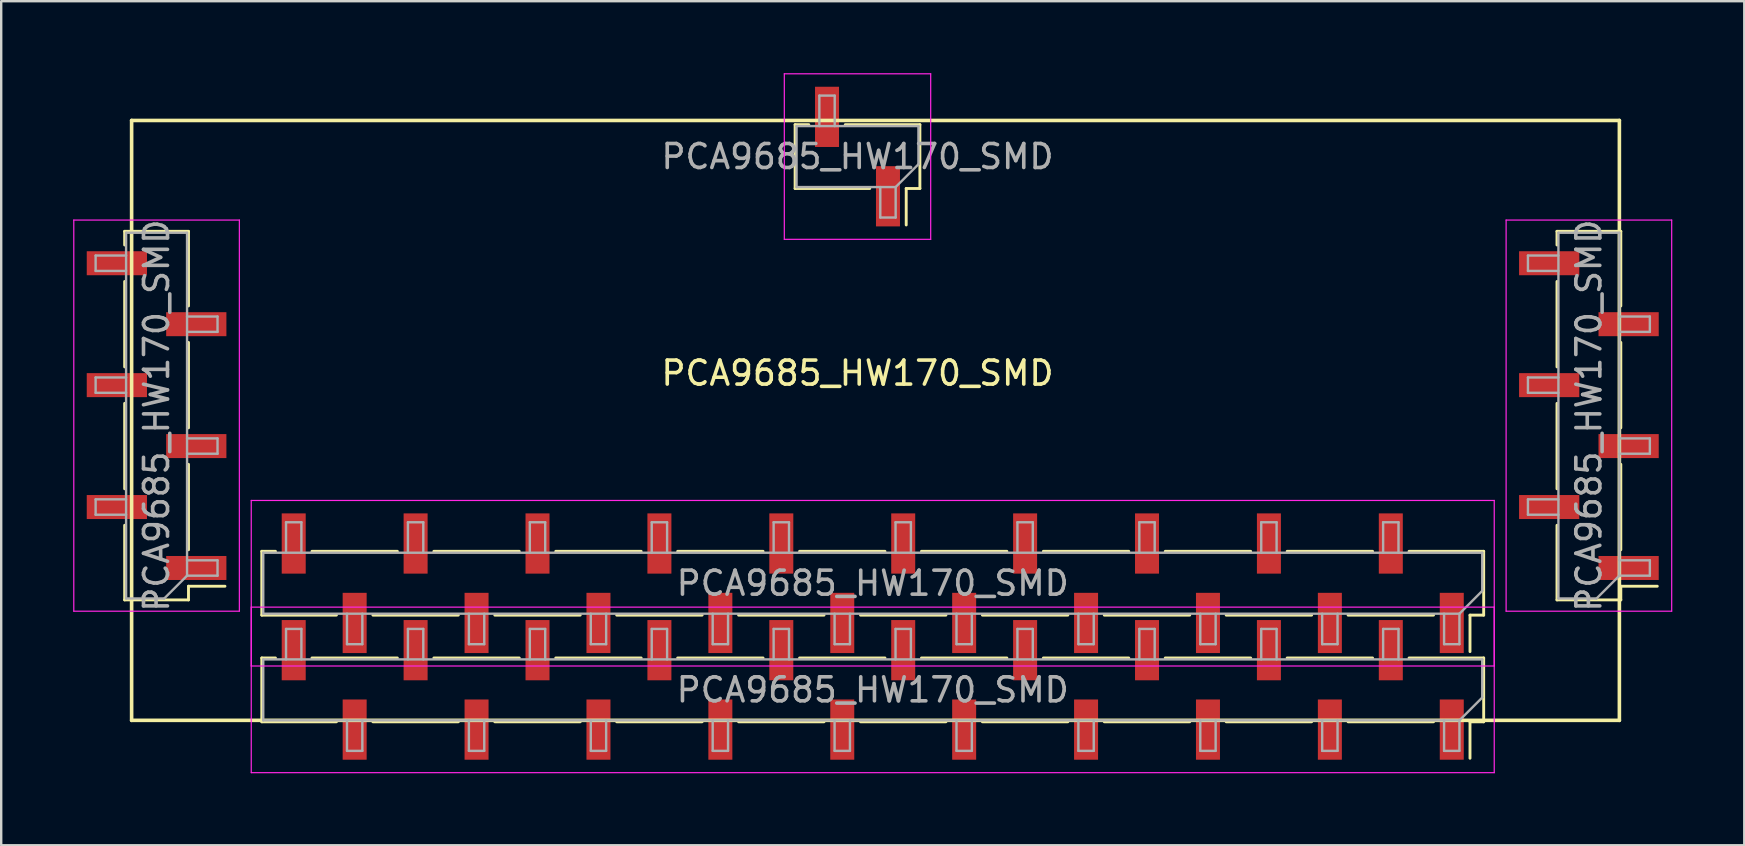
<source format=kicad_pcb>
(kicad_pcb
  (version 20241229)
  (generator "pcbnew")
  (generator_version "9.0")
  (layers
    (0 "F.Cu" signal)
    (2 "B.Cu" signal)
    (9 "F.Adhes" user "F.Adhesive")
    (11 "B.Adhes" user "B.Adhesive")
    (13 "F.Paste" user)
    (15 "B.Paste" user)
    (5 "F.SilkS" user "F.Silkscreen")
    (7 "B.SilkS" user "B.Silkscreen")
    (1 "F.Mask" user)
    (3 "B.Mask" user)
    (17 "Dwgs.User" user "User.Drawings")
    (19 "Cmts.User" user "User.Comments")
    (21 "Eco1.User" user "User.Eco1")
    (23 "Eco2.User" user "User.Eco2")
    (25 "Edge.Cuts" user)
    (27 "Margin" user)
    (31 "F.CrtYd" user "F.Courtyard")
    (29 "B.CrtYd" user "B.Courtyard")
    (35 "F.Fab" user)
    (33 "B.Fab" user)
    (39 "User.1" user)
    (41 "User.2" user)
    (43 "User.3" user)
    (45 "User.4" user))
  (footprint "PCA9685_HW170_SMD"
    (layer "F.Cu")
    (at 32.95 13.338)
    (property "Reference" "PCA9685_HW170_SMD" (at -0.265 -0.838 180) (layer "F.SilkS") (effects (font (size 1 1) (thickness 0.15))))
    (attr through_hole)
    (fp_line (start -30.805 -6.178) (end -30.805 -6.748) (stroke (width 0.12) (type solid)) (layer "F.SilkS"))
    (fp_line (start -30.805 -1.098) (end -30.805 -4.658) (stroke (width 0.12) (type solid)) (layer "F.SilkS"))
    (fp_line (start -30.805 3.982) (end -30.805 0.422) (stroke (width 0.12) (type solid)) (layer "F.SilkS"))
    (fp_line (start -30.805 8.612) (end -30.805 5.502) (stroke (width 0.12) (type solid)) (layer "F.SilkS"))
    (fp_line (start -30.515 13.632) (end -30.515 -11.368) (stroke (width 0.15) (type solid)) (layer "F.SilkS"))
    (fp_line (start -28.145 -6.748) (end -30.805 -6.748) (stroke (width 0.12) (type solid)) (layer "F.SilkS"))
    (fp_line (start -28.145 -3.638) (end -28.145 -6.748) (stroke (width 0.12) (type solid)) (layer "F.SilkS"))
    (fp_line (start -28.145 1.442) (end -28.145 -2.118) (stroke (width 0.12) (type solid)) (layer "F.SilkS"))
    (fp_line (start -28.145 6.522) (end -28.145 2.962) (stroke (width 0.12) (type solid)) (layer "F.SilkS"))
    (fp_line (start -28.145 8.042) (end -26.625 8.042) (stroke (width 0.12) (type solid)) (layer "F.SilkS"))
    (fp_line (start -28.145 8.612) (end -30.805 8.612) (stroke (width 0.12) (type solid)) (layer "F.SilkS"))
    (fp_line (start -28.145 8.612) (end -28.145 8.042) (stroke (width 0.12) (type solid)) (layer "F.SilkS"))
    (fp_line (start -25.09 6.587) (end -25.09 9.247) (stroke (width 0.12) (type solid)) (layer "F.SilkS"))
    (fp_line (start -25.09 11.032) (end -25.09 13.692) (stroke (width 0.12) (type solid)) (layer "F.SilkS"))
    (fp_line (start -24.52 6.587) (end -25.09 6.587) (stroke (width 0.12) (type solid)) (layer "F.SilkS"))
    (fp_line (start -24.52 11.032) (end -25.09 11.032) (stroke (width 0.12) (type solid)) (layer "F.SilkS"))
    (fp_line (start -21.98 9.247) (end -25.09 9.247) (stroke (width 0.12) (type solid)) (layer "F.SilkS"))
    (fp_line (start -21.98 13.692) (end -25.09 13.692) (stroke (width 0.12) (type solid)) (layer "F.SilkS"))
    (fp_line (start -19.44 6.587) (end -23 6.587) (stroke (width 0.12) (type solid)) (layer "F.SilkS"))
    (fp_line (start -19.44 11.032) (end -23 11.032) (stroke (width 0.12) (type solid)) (layer "F.SilkS"))
    (fp_line (start -16.9 9.247) (end -20.46 9.247) (stroke (width 0.12) (type solid)) (layer "F.SilkS"))
    (fp_line (start -16.9 13.692) (end -20.46 13.692) (stroke (width 0.12) (type solid)) (layer "F.SilkS"))
    (fp_line (start -14.36 6.587) (end -17.92 6.587) (stroke (width 0.12) (type solid)) (layer "F.SilkS"))
    (fp_line (start -14.36 11.032) (end -17.92 11.032) (stroke (width 0.12) (type solid)) (layer "F.SilkS"))
    (fp_line (start -11.82 9.247) (end -15.38 9.247) (stroke (width 0.12) (type solid)) (layer "F.SilkS"))
    (fp_line (start -11.82 13.692) (end -15.38 13.692) (stroke (width 0.12) (type solid)) (layer "F.SilkS"))
    (fp_line (start -9.28 6.587) (end -12.84 6.587) (stroke (width 0.12) (type solid)) (layer "F.SilkS"))
    (fp_line (start -9.28 11.032) (end -12.84 11.032) (stroke (width 0.12) (type solid)) (layer "F.SilkS"))
    (fp_line (start -6.74 9.247) (end -10.3 9.247) (stroke (width 0.12) (type solid)) (layer "F.SilkS"))
    (fp_line (start -6.74 13.692) (end -10.3 13.692) (stroke (width 0.12) (type solid)) (layer "F.SilkS"))
    (fp_line (start -4.2 6.587) (end -7.76 6.587) (stroke (width 0.12) (type solid)) (layer "F.SilkS"))
    (fp_line (start -4.2 11.032) (end -7.76 11.032) (stroke (width 0.12) (type solid)) (layer "F.SilkS"))
    (fp_line (start -2.865 -11.193) (end -2.865 -8.533) (stroke (width 0.12) (type solid)) (layer "F.SilkS"))
    (fp_line (start -2.295 -11.193) (end -2.865 -11.193) (stroke (width 0.12) (type solid)) (layer "F.SilkS"))
    (fp_line (start -1.66 9.247) (end -5.22 9.247) (stroke (width 0.12) (type solid)) (layer "F.SilkS"))
    (fp_line (start -1.66 13.692) (end -5.22 13.692) (stroke (width 0.12) (type solid)) (layer "F.SilkS"))
    (fp_line (start 0.245 -8.533) (end -2.865 -8.533) (stroke (width 0.12) (type solid)) (layer "F.SilkS"))
    (fp_line (start 0.88 6.587) (end -2.68 6.587) (stroke (width 0.12) (type solid)) (layer "F.SilkS"))
    (fp_line (start 0.88 11.032) (end -2.68 11.032) (stroke (width 0.12) (type solid)) (layer "F.SilkS"))
    (fp_line (start 1.765 -8.533) (end 1.765 -7.013) (stroke (width 0.12) (type solid)) (layer "F.SilkS"))
    (fp_line (start 2.335 -11.193) (end -0.775 -11.193) (stroke (width 0.12) (type solid)) (layer "F.SilkS"))
    (fp_line (start 2.335 -11.193) (end 2.335 -8.533) (stroke (width 0.12) (type solid)) (layer "F.SilkS"))
    (fp_line (start 2.335 -8.533) (end 1.765 -8.533) (stroke (width 0.12) (type solid)) (layer "F.SilkS"))
    (fp_line (start 3.42 9.247) (end -0.14 9.247) (stroke (width 0.12) (type solid)) (layer "F.SilkS"))
    (fp_line (start 3.42 13.692) (end -0.14 13.692) (stroke (width 0.12) (type solid)) (layer "F.SilkS"))
    (fp_line (start 5.96 6.587) (end 2.4 6.587) (stroke (width 0.12) (type solid)) (layer "F.SilkS"))
    (fp_line (start 5.96 11.032) (end 2.4 11.032) (stroke (width 0.12) (type solid)) (layer "F.SilkS"))
    (fp_line (start 8.5 9.247) (end 4.94 9.247) (stroke (width 0.12) (type solid)) (layer "F.SilkS"))
    (fp_line (start 8.5 13.692) (end 4.94 13.692) (stroke (width 0.12) (type solid)) (layer "F.SilkS"))
    (fp_line (start 11.04 6.587) (end 7.48 6.587) (stroke (width 0.12) (type solid)) (layer "F.SilkS"))
    (fp_line (start 11.04 11.032) (end 7.48 11.032) (stroke (width 0.12) (type solid)) (layer "F.SilkS"))
    (fp_line (start 13.58 9.247) (end 10.02 9.247) (stroke (width 0.12) (type solid)) (layer "F.SilkS"))
    (fp_line (start 13.58 13.692) (end 10.02 13.692) (stroke (width 0.12) (type solid)) (layer "F.SilkS"))
    (fp_line (start 16.12 6.587) (end 12.56 6.587) (stroke (width 0.12) (type solid)) (layer "F.SilkS"))
    (fp_line (start 16.12 11.032) (end 12.56 11.032) (stroke (width 0.12) (type solid)) (layer "F.SilkS"))
    (fp_line (start 18.66 9.247) (end 15.1 9.247) (stroke (width 0.12) (type solid)) (layer "F.SilkS"))
    (fp_line (start 18.66 13.692) (end 15.1 13.692) (stroke (width 0.12) (type solid)) (layer "F.SilkS"))
    (fp_line (start 21.2 6.587) (end 17.64 6.587) (stroke (width 0.12) (type solid)) (layer "F.SilkS"))
    (fp_line (start 21.2 11.032) (end 17.64 11.032) (stroke (width 0.12) (type solid)) (layer "F.SilkS"))
    (fp_line (start 23.74 9.247) (end 20.18 9.247) (stroke (width 0.12) (type solid)) (layer "F.SilkS"))
    (fp_line (start 23.74 13.692) (end 20.18 13.692) (stroke (width 0.12) (type solid)) (layer "F.SilkS"))
    (fp_line (start 25.26 9.247) (end 25.26 10.767) (stroke (width 0.12) (type solid)) (layer "F.SilkS"))
    (fp_line (start 25.26 13.692) (end 25.26 15.212) (stroke (width 0.12) (type solid)) (layer "F.SilkS"))
    (fp_line (start 25.83 6.587) (end 22.72 6.587) (stroke (width 0.12) (type solid)) (layer "F.SilkS"))
    (fp_line (start 25.83 6.587) (end 25.83 9.247) (stroke (width 0.12) (type solid)) (layer "F.SilkS"))
    (fp_line (start 25.83 9.247) (end 25.26 9.247) (stroke (width 0.12) (type solid)) (layer "F.SilkS"))
    (fp_line (start 25.83 11.032) (end 22.72 11.032) (stroke (width 0.12) (type solid)) (layer "F.SilkS"))
    (fp_line (start 25.83 11.032) (end 25.83 13.692) (stroke (width 0.12) (type solid)) (layer "F.SilkS"))
    (fp_line (start 25.83 13.692) (end 25.26 13.692) (stroke (width 0.12) (type solid)) (layer "F.SilkS"))
    (fp_line (start 28.885 -6.178) (end 28.885 -6.748) (stroke (width 0.12) (type solid)) (layer "F.SilkS"))
    (fp_line (start 28.885 -1.098) (end 28.885 -4.658) (stroke (width 0.12) (type solid)) (layer "F.SilkS"))
    (fp_line (start 28.885 3.982) (end 28.885 0.422) (stroke (width 0.12) (type solid)) (layer "F.SilkS"))
    (fp_line (start 28.885 8.612) (end 28.885 5.502) (stroke (width 0.12) (type solid)) (layer "F.SilkS"))
    (fp_line (start 31.485 -11.368) (end -30.515 -11.368) (stroke (width 0.15) (type solid)) (layer "F.SilkS"))
    (fp_line (start 31.485 13.632) (end -30.515 13.632) (stroke (width 0.15) (type solid)) (layer "F.SilkS"))
    (fp_line (start 31.485 13.632) (end 31.485 -11.368) (stroke (width 0.15) (type solid)) (layer "F.SilkS"))
    (fp_line (start 31.545 -6.748) (end 28.885 -6.748) (stroke (width 0.12) (type solid)) (layer "F.SilkS"))
    (fp_line (start 31.545 -3.638) (end 31.545 -6.748) (stroke (width 0.12) (type solid)) (layer "F.SilkS"))
    (fp_line (start 31.545 1.442) (end 31.545 -2.118) (stroke (width 0.12) (type solid)) (layer "F.SilkS"))
    (fp_line (start 31.545 6.522) (end 31.545 2.962) (stroke (width 0.12) (type solid)) (layer "F.SilkS"))
    (fp_line (start 31.545 8.042) (end 33.065 8.042) (stroke (width 0.12) (type solid)) (layer "F.SilkS"))
    (fp_line (start 31.545 8.612) (end 28.885 8.612) (stroke (width 0.12) (type solid)) (layer "F.SilkS"))
    (fp_line (start 31.545 8.612) (end 31.545 8.042) (stroke (width 0.12) (type solid)) (layer "F.SilkS"))
    (fp_line (start -32.925 -7.218) (end -32.925 9.082) (stroke (width 0.05) (type solid)) (layer "F.CrtYd"))
    (fp_line (start -32.925 9.082) (end -26.025 9.082) (stroke (width 0.05) (type solid)) (layer "F.CrtYd"))
    (fp_line (start -26.025 -7.218) (end -32.925 -7.218) (stroke (width 0.05) (type solid)) (layer "F.CrtYd"))
    (fp_line (start -26.025 9.082) (end -26.025 -7.218) (stroke (width 0.05) (type solid)) (layer "F.CrtYd"))
    (fp_line (start -25.53 4.467) (end -25.53 11.367) (stroke (width 0.05) (type solid)) (layer "F.CrtYd"))
    (fp_line (start -25.53 8.912) (end -25.53 15.812) (stroke (width 0.05) (type solid)) (layer "F.CrtYd"))
    (fp_line (start -25.53 11.367) (end 26.27 11.367) (stroke (width 0.05) (type solid)) (layer "F.CrtYd"))
    (fp_line (start -25.53 15.812) (end 26.27 15.812) (stroke (width 0.05) (type solid)) (layer "F.CrtYd"))
    (fp_line (start -3.315 -13.313) (end -3.315 -6.413) (stroke (width 0.05) (type solid)) (layer "F.CrtYd"))
    (fp_line (start -3.315 -6.413) (end 2.785 -6.413) (stroke (width 0.05) (type solid)) (layer "F.CrtYd"))
    (fp_line (start 2.785 -13.313) (end -3.315 -13.313) (stroke (width 0.05) (type solid)) (layer "F.CrtYd"))
    (fp_line (start 2.785 -6.413) (end 2.785 -13.313) (stroke (width 0.05) (type solid)) (layer "F.CrtYd"))
    (fp_line (start 26.27 4.467) (end -25.53 4.467) (stroke (width 0.05) (type solid)) (layer "F.CrtYd"))
    (fp_line (start 26.27 8.912) (end -25.53 8.912) (stroke (width 0.05) (type solid)) (layer "F.CrtYd"))
    (fp_line (start 26.27 11.367) (end 26.27 4.467) (stroke (width 0.05) (type solid)) (layer "F.CrtYd"))
    (fp_line (start 26.27 15.812) (end 26.27 8.912) (stroke (width 0.05) (type solid)) (layer "F.CrtYd"))
    (fp_line (start 26.765 -7.218) (end 26.765 9.082) (stroke (width 0.05) (type solid)) (layer "F.CrtYd"))
    (fp_line (start 26.765 9.082) (end 33.665 9.082) (stroke (width 0.05) (type solid)) (layer "F.CrtYd"))
    (fp_line (start 33.665 -7.218) (end 26.765 -7.218) (stroke (width 0.05) (type solid)) (layer "F.CrtYd"))
    (fp_line (start 33.665 9.082) (end 33.665 -7.218) (stroke (width 0.05) (type solid)) (layer "F.CrtYd"))
    (fp_line (start -32.015 -5.738) (end -30.745 -5.738) (stroke (width 0.1) (type solid)) (layer "F.Fab"))
    (fp_line (start -32.015 -5.098) (end -32.015 -5.738) (stroke (width 0.1) (type solid)) (layer "F.Fab"))
    (fp_line (start -32.015 -0.658) (end -30.745 -0.658) (stroke (width 0.1) (type solid)) (layer "F.Fab"))
    (fp_line (start -32.015 -0.018) (end -32.015 -0.658) (stroke (width 0.1) (type solid)) (layer "F.Fab"))
    (fp_line (start -32.015 4.422) (end -30.745 4.422) (stroke (width 0.1) (type solid)) (layer "F.Fab"))
    (fp_line (start -32.015 5.062) (end -32.015 4.422) (stroke (width 0.1) (type solid)) (layer "F.Fab"))
    (fp_line (start -30.745 -6.688) (end -28.205 -6.688) (stroke (width 0.1) (type solid)) (layer "F.Fab"))
    (fp_line (start -30.745 -5.098) (end -32.015 -5.098) (stroke (width 0.1) (type solid)) (layer "F.Fab"))
    (fp_line (start -30.745 -0.018) (end -32.015 -0.018) (stroke (width 0.1) (type solid)) (layer "F.Fab"))
    (fp_line (start -30.745 5.062) (end -32.015 5.062) (stroke (width 0.1) (type solid)) (layer "F.Fab"))
    (fp_line (start -30.745 8.552) (end -30.745 -6.688) (stroke (width 0.1) (type solid)) (layer "F.Fab"))
    (fp_line (start -29.155 8.552) (end -30.745 8.552) (stroke (width 0.1) (type solid)) (layer "F.Fab"))
    (fp_line (start -28.205 -6.688) (end -28.205 7.602) (stroke (width 0.1) (type solid)) (layer "F.Fab"))
    (fp_line (start -28.205 -2.558) (end -26.935 -2.558) (stroke (width 0.1) (type solid)) (layer "F.Fab"))
    (fp_line (start -28.205 2.522) (end -26.935 2.522) (stroke (width 0.1) (type solid)) (layer "F.Fab"))
    (fp_line (start -28.205 7.602) (end -29.155 8.552) (stroke (width 0.1) (type solid)) (layer "F.Fab"))
    (fp_line (start -28.205 7.602) (end -26.935 7.602) (stroke (width 0.1) (type solid)) (layer "F.Fab"))
    (fp_line (start -26.935 -3.198) (end -28.205 -3.198) (stroke (width 0.1) (type solid)) (layer "F.Fab"))
    (fp_line (start -26.935 -2.558) (end -26.935 -3.198) (stroke (width 0.1) (type solid)) (layer "F.Fab"))
    (fp_line (start -26.935 1.882) (end -28.205 1.882) (stroke (width 0.1) (type solid)) (layer "F.Fab"))
    (fp_line (start -26.935 2.522) (end -26.935 1.882) (stroke (width 0.1) (type solid)) (layer "F.Fab"))
    (fp_line (start -26.935 6.962) (end -28.205 6.962) (stroke (width 0.1) (type solid)) (layer "F.Fab"))
    (fp_line (start -26.935 7.602) (end -26.935 6.962) (stroke (width 0.1) (type solid)) (layer "F.Fab"))
    (fp_line (start -25.03 9.187) (end -25.03 6.647) (stroke (width 0.1) (type solid)) (layer "F.Fab"))
    (fp_line (start -25.03 9.187) (end 24.82 9.187) (stroke (width 0.1) (type solid)) (layer "F.Fab"))
    (fp_line (start -25.03 13.632) (end -25.03 11.092) (stroke (width 0.1) (type solid)) (layer "F.Fab"))
    (fp_line (start -25.03 13.632) (end 24.82 13.632) (stroke (width 0.1) (type solid)) (layer "F.Fab"))
    (fp_line (start -24.08 5.377) (end -24.08 6.647) (stroke (width 0.1) (type solid)) (layer "F.Fab"))
    (fp_line (start -24.08 9.822) (end -24.08 11.092) (stroke (width 0.1) (type solid)) (layer "F.Fab"))
    (fp_line (start -23.44 5.377) (end -24.08 5.377) (stroke (width 0.1) (type solid)) (layer "F.Fab"))
    (fp_line (start -23.44 6.647) (end -23.44 5.377) (stroke (width 0.1) (type solid)) (layer "F.Fab"))
    (fp_line (start -23.44 9.822) (end -24.08 9.822) (stroke (width 0.1) (type solid)) (layer "F.Fab"))
    (fp_line (start -23.44 11.092) (end -23.44 9.822) (stroke (width 0.1) (type solid)) (layer "F.Fab"))
    (fp_line (start -21.54 10.457) (end -21.54 9.187) (stroke (width 0.1) (type solid)) (layer "F.Fab"))
    (fp_line (start -21.54 14.902) (end -21.54 13.632) (stroke (width 0.1) (type solid)) (layer "F.Fab"))
    (fp_line (start -20.9 9.187) (end -20.9 10.457) (stroke (width 0.1) (type solid)) (layer "F.Fab"))
    (fp_line (start -20.9 10.457) (end -21.54 10.457) (stroke (width 0.1) (type solid)) (layer "F.Fab"))
    (fp_line (start -20.9 13.632) (end -20.9 14.902) (stroke (width 0.1) (type solid)) (layer "F.Fab"))
    (fp_line (start -20.9 14.902) (end -21.54 14.902) (stroke (width 0.1) (type solid)) (layer "F.Fab"))
    (fp_line (start -19 5.377) (end -19 6.647) (stroke (width 0.1) (type solid)) (layer "F.Fab"))
    (fp_line (start -19 9.822) (end -19 11.092) (stroke (width 0.1) (type solid)) (layer "F.Fab"))
    (fp_line (start -18.36 5.377) (end -19 5.377) (stroke (width 0.1) (type solid)) (layer "F.Fab"))
    (fp_line (start -18.36 6.647) (end -18.36 5.377) (stroke (width 0.1) (type solid)) (layer "F.Fab"))
    (fp_line (start -18.36 9.822) (end -19 9.822) (stroke (width 0.1) (type solid)) (layer "F.Fab"))
    (fp_line (start -18.36 11.092) (end -18.36 9.822) (stroke (width 0.1) (type solid)) (layer "F.Fab"))
    (fp_line (start -16.46 10.457) (end -16.46 9.187) (stroke (width 0.1) (type solid)) (layer "F.Fab"))
    (fp_line (start -16.46 14.902) (end -16.46 13.632) (stroke (width 0.1) (type solid)) (layer "F.Fab"))
    (fp_line (start -15.82 9.187) (end -15.82 10.457) (stroke (width 0.1) (type solid)) (layer "F.Fab"))
    (fp_line (start -15.82 10.457) (end -16.46 10.457) (stroke (width 0.1) (type solid)) (layer "F.Fab"))
    (fp_line (start -15.82 13.632) (end -15.82 14.902) (stroke (width 0.1) (type solid)) (layer "F.Fab"))
    (fp_line (start -15.82 14.902) (end -16.46 14.902) (stroke (width 0.1) (type solid)) (layer "F.Fab"))
    (fp_line (start -13.92 5.377) (end -13.92 6.647) (stroke (width 0.1) (type solid)) (layer "F.Fab"))
    (fp_line (start -13.92 9.822) (end -13.92 11.092) (stroke (width 0.1) (type solid)) (layer "F.Fab"))
    (fp_line (start -13.28 5.377) (end -13.92 5.377) (stroke (width 0.1) (type solid)) (layer "F.Fab"))
    (fp_line (start -13.28 6.647) (end -13.28 5.377) (stroke (width 0.1) (type solid)) (layer "F.Fab"))
    (fp_line (start -13.28 9.822) (end -13.92 9.822) (stroke (width 0.1) (type solid)) (layer "F.Fab"))
    (fp_line (start -13.28 11.092) (end -13.28 9.822) (stroke (width 0.1) (type solid)) (layer "F.Fab"))
    (fp_line (start -11.38 10.457) (end -11.38 9.187) (stroke (width 0.1) (type solid)) (layer "F.Fab"))
    (fp_line (start -11.38 14.902) (end -11.38 13.632) (stroke (width 0.1) (type solid)) (layer "F.Fab"))
    (fp_line (start -10.74 9.187) (end -10.74 10.457) (stroke (width 0.1) (type solid)) (layer "F.Fab"))
    (fp_line (start -10.74 10.457) (end -11.38 10.457) (stroke (width 0.1) (type solid)) (layer "F.Fab"))
    (fp_line (start -10.74 13.632) (end -10.74 14.902) (stroke (width 0.1) (type solid)) (layer "F.Fab"))
    (fp_line (start -10.74 14.902) (end -11.38 14.902) (stroke (width 0.1) (type solid)) (layer "F.Fab"))
    (fp_line (start -8.84 5.377) (end -8.84 6.647) (stroke (width 0.1) (type solid)) (layer "F.Fab"))
    (fp_line (start -8.84 9.822) (end -8.84 11.092) (stroke (width 0.1) (type solid)) (layer "F.Fab"))
    (fp_line (start -8.2 5.377) (end -8.84 5.377) (stroke (width 0.1) (type solid)) (layer "F.Fab"))
    (fp_line (start -8.2 6.647) (end -8.2 5.377) (stroke (width 0.1) (type solid)) (layer "F.Fab"))
    (fp_line (start -8.2 9.822) (end -8.84 9.822) (stroke (width 0.1) (type solid)) (layer "F.Fab"))
    (fp_line (start -8.2 11.092) (end -8.2 9.822) (stroke (width 0.1) (type solid)) (layer "F.Fab"))
    (fp_line (start -6.3 10.457) (end -6.3 9.187) (stroke (width 0.1) (type solid)) (layer "F.Fab"))
    (fp_line (start -6.3 14.902) (end -6.3 13.632) (stroke (width 0.1) (type solid)) (layer "F.Fab"))
    (fp_line (start -5.66 9.187) (end -5.66 10.457) (stroke (width 0.1) (type solid)) (layer "F.Fab"))
    (fp_line (start -5.66 10.457) (end -6.3 10.457) (stroke (width 0.1) (type solid)) (layer "F.Fab"))
    (fp_line (start -5.66 13.632) (end -5.66 14.902) (stroke (width 0.1) (type solid)) (layer "F.Fab"))
    (fp_line (start -5.66 14.902) (end -6.3 14.902) (stroke (width 0.1) (type solid)) (layer "F.Fab"))
    (fp_line (start -3.76 5.377) (end -3.76 6.647) (stroke (width 0.1) (type solid)) (layer "F.Fab"))
    (fp_line (start -3.76 9.822) (end -3.76 11.092) (stroke (width 0.1) (type solid)) (layer "F.Fab"))
    (fp_line (start -3.12 5.377) (end -3.76 5.377) (stroke (width 0.1) (type solid)) (layer "F.Fab"))
    (fp_line (start -3.12 6.647) (end -3.12 5.377) (stroke (width 0.1) (type solid)) (layer "F.Fab"))
    (fp_line (start -3.12 9.822) (end -3.76 9.822) (stroke (width 0.1) (type solid)) (layer "F.Fab"))
    (fp_line (start -3.12 11.092) (end -3.12 9.822) (stroke (width 0.1) (type solid)) (layer "F.Fab"))
    (fp_line (start -2.805 -8.593) (end -2.805 -11.133) (stroke (width 0.1) (type solid)) (layer "F.Fab"))
    (fp_line (start -2.805 -8.593) (end 1.325 -8.593) (stroke (width 0.1) (type solid)) (layer "F.Fab"))
    (fp_line (start -1.855 -12.403) (end -1.855 -11.133) (stroke (width 0.1) (type solid)) (layer "F.Fab"))
    (fp_line (start -1.22 10.457) (end -1.22 9.187) (stroke (width 0.1) (type solid)) (layer "F.Fab"))
    (fp_line (start -1.22 14.902) (end -1.22 13.632) (stroke (width 0.1) (type solid)) (layer "F.Fab"))
    (fp_line (start -1.215 -12.403) (end -1.855 -12.403) (stroke (width 0.1) (type solid)) (layer "F.Fab"))
    (fp_line (start -1.215 -11.133) (end -1.215 -12.403) (stroke (width 0.1) (type solid)) (layer "F.Fab"))
    (fp_line (start -0.58 9.187) (end -0.58 10.457) (stroke (width 0.1) (type solid)) (layer "F.Fab"))
    (fp_line (start -0.58 10.457) (end -1.22 10.457) (stroke (width 0.1) (type solid)) (layer "F.Fab"))
    (fp_line (start -0.58 13.632) (end -0.58 14.902) (stroke (width 0.1) (type solid)) (layer "F.Fab"))
    (fp_line (start -0.58 14.902) (end -1.22 14.902) (stroke (width 0.1) (type solid)) (layer "F.Fab"))
    (fp_line (start 0.685 -7.323) (end 0.685 -8.593) (stroke (width 0.1) (type solid)) (layer "F.Fab"))
    (fp_line (start 1.32 5.377) (end 1.32 6.647) (stroke (width 0.1) (type solid)) (layer "F.Fab"))
    (fp_line (start 1.32 9.822) (end 1.32 11.092) (stroke (width 0.1) (type solid)) (layer "F.Fab"))
    (fp_line (start 1.325 -8.593) (end 1.325 -7.323) (stroke (width 0.1) (type solid)) (layer "F.Fab"))
    (fp_line (start 1.325 -8.593) (end 2.275 -9.543) (stroke (width 0.1) (type solid)) (layer "F.Fab"))
    (fp_line (start 1.325 -7.323) (end 0.685 -7.323) (stroke (width 0.1) (type solid)) (layer "F.Fab"))
    (fp_line (start 1.96 5.377) (end 1.32 5.377) (stroke (width 0.1) (type solid)) (layer "F.Fab"))
    (fp_line (start 1.96 6.647) (end 1.96 5.377) (stroke (width 0.1) (type solid)) (layer "F.Fab"))
    (fp_line (start 1.96 9.822) (end 1.32 9.822) (stroke (width 0.1) (type solid)) (layer "F.Fab"))
    (fp_line (start 1.96 11.092) (end 1.96 9.822) (stroke (width 0.1) (type solid)) (layer "F.Fab"))
    (fp_line (start 2.275 -11.133) (end -2.805 -11.133) (stroke (width 0.1) (type solid)) (layer "F.Fab"))
    (fp_line (start 2.275 -11.133) (end 2.275 -9.543) (stroke (width 0.1) (type solid)) (layer "F.Fab"))
    (fp_line (start 3.86 10.457) (end 3.86 9.187) (stroke (width 0.1) (type solid)) (layer "F.Fab"))
    (fp_line (start 3.86 14.902) (end 3.86 13.632) (stroke (width 0.1) (type solid)) (layer "F.Fab"))
    (fp_line (start 4.5 9.187) (end 4.5 10.457) (stroke (width 0.1) (type solid)) (layer "F.Fab"))
    (fp_line (start 4.5 10.457) (end 3.86 10.457) (stroke (width 0.1) (type solid)) (layer "F.Fab"))
    (fp_line (start 4.5 13.632) (end 4.5 14.902) (stroke (width 0.1) (type solid)) (layer "F.Fab"))
    (fp_line (start 4.5 14.902) (end 3.86 14.902) (stroke (width 0.1) (type solid)) (layer "F.Fab"))
    (fp_line (start 6.4 5.377) (end 6.4 6.647) (stroke (width 0.1) (type solid)) (layer "F.Fab"))
    (fp_line (start 6.4 9.822) (end 6.4 11.092) (stroke (width 0.1) (type solid)) (layer "F.Fab"))
    (fp_line (start 7.04 5.377) (end 6.4 5.377) (stroke (width 0.1) (type solid)) (layer "F.Fab"))
    (fp_line (start 7.04 6.647) (end 7.04 5.377) (stroke (width 0.1) (type solid)) (layer "F.Fab"))
    (fp_line (start 7.04 9.822) (end 6.4 9.822) (stroke (width 0.1) (type solid)) (layer "F.Fab"))
    (fp_line (start 7.04 11.092) (end 7.04 9.822) (stroke (width 0.1) (type solid)) (layer "F.Fab"))
    (fp_line (start 8.94 10.457) (end 8.94 9.187) (stroke (width 0.1) (type solid)) (layer "F.Fab"))
    (fp_line (start 8.94 14.902) (end 8.94 13.632) (stroke (width 0.1) (type solid)) (layer "F.Fab"))
    (fp_line (start 9.58 9.187) (end 9.58 10.457) (stroke (width 0.1) (type solid)) (layer "F.Fab"))
    (fp_line (start 9.58 10.457) (end 8.94 10.457) (stroke (width 0.1) (type solid)) (layer "F.Fab"))
    (fp_line (start 9.58 13.632) (end 9.58 14.902) (stroke (width 0.1) (type solid)) (layer "F.Fab"))
    (fp_line (start 9.58 14.902) (end 8.94 14.902) (stroke (width 0.1) (type solid)) (layer "F.Fab"))
    (fp_line (start 11.48 5.377) (end 11.48 6.647) (stroke (width 0.1) (type solid)) (layer "F.Fab"))
    (fp_line (start 11.48 9.822) (end 11.48 11.092) (stroke (width 0.1) (type solid)) (layer "F.Fab"))
    (fp_line (start 12.12 5.377) (end 11.48 5.377) (stroke (width 0.1) (type solid)) (layer "F.Fab"))
    (fp_line (start 12.12 6.647) (end 12.12 5.377) (stroke (width 0.1) (type solid)) (layer "F.Fab"))
    (fp_line (start 12.12 9.822) (end 11.48 9.822) (stroke (width 0.1) (type solid)) (layer "F.Fab"))
    (fp_line (start 12.12 11.092) (end 12.12 9.822) (stroke (width 0.1) (type solid)) (layer "F.Fab"))
    (fp_line (start 14.02 10.457) (end 14.02 9.187) (stroke (width 0.1) (type solid)) (layer "F.Fab"))
    (fp_line (start 14.02 14.902) (end 14.02 13.632) (stroke (width 0.1) (type solid)) (layer "F.Fab"))
    (fp_line (start 14.66 9.187) (end 14.66 10.457) (stroke (width 0.1) (type solid)) (layer "F.Fab"))
    (fp_line (start 14.66 10.457) (end 14.02 10.457) (stroke (width 0.1) (type solid)) (layer "F.Fab"))
    (fp_line (start 14.66 13.632) (end 14.66 14.902) (stroke (width 0.1) (type solid)) (layer "F.Fab"))
    (fp_line (start 14.66 14.902) (end 14.02 14.902) (stroke (width 0.1) (type solid)) (layer "F.Fab"))
    (fp_line (start 16.56 5.377) (end 16.56 6.647) (stroke (width 0.1) (type solid)) (layer "F.Fab"))
    (fp_line (start 16.56 9.822) (end 16.56 11.092) (stroke (width 0.1) (type solid)) (layer "F.Fab"))
    (fp_line (start 17.2 5.377) (end 16.56 5.377) (stroke (width 0.1) (type solid)) (layer "F.Fab"))
    (fp_line (start 17.2 6.647) (end 17.2 5.377) (stroke (width 0.1) (type solid)) (layer "F.Fab"))
    (fp_line (start 17.2 9.822) (end 16.56 9.822) (stroke (width 0.1) (type solid)) (layer "F.Fab"))
    (fp_line (start 17.2 11.092) (end 17.2 9.822) (stroke (width 0.1) (type solid)) (layer "F.Fab"))
    (fp_line (start 19.1 10.457) (end 19.1 9.187) (stroke (width 0.1) (type solid)) (layer "F.Fab"))
    (fp_line (start 19.1 14.902) (end 19.1 13.632) (stroke (width 0.1) (type solid)) (layer "F.Fab"))
    (fp_line (start 19.74 9.187) (end 19.74 10.457) (stroke (width 0.1) (type solid)) (layer "F.Fab"))
    (fp_line (start 19.74 10.457) (end 19.1 10.457) (stroke (width 0.1) (type solid)) (layer "F.Fab"))
    (fp_line (start 19.74 13.632) (end 19.74 14.902) (stroke (width 0.1) (type solid)) (layer "F.Fab"))
    (fp_line (start 19.74 14.902) (end 19.1 14.902) (stroke (width 0.1) (type solid)) (layer "F.Fab"))
    (fp_line (start 21.64 5.377) (end 21.64 6.647) (stroke (width 0.1) (type solid)) (layer "F.Fab"))
    (fp_line (start 21.64 9.822) (end 21.64 11.092) (stroke (width 0.1) (type solid)) (layer "F.Fab"))
    (fp_line (start 22.28 5.377) (end 21.64 5.377) (stroke (width 0.1) (type solid)) (layer "F.Fab"))
    (fp_line (start 22.28 6.647) (end 22.28 5.377) (stroke (width 0.1) (type solid)) (layer "F.Fab"))
    (fp_line (start 22.28 9.822) (end 21.64 9.822) (stroke (width 0.1) (type solid)) (layer "F.Fab"))
    (fp_line (start 22.28 11.092) (end 22.28 9.822) (stroke (width 0.1) (type solid)) (layer "F.Fab"))
    (fp_line (start 24.18 10.457) (end 24.18 9.187) (stroke (width 0.1) (type solid)) (layer "F.Fab"))
    (fp_line (start 24.18 14.902) (end 24.18 13.632) (stroke (width 0.1) (type solid)) (layer "F.Fab"))
    (fp_line (start 24.82 9.187) (end 24.82 10.457) (stroke (width 0.1) (type solid)) (layer "F.Fab"))
    (fp_line (start 24.82 9.187) (end 25.77 8.237) (stroke (width 0.1) (type solid)) (layer "F.Fab"))
    (fp_line (start 24.82 10.457) (end 24.18 10.457) (stroke (width 0.1) (type solid)) (layer "F.Fab"))
    (fp_line (start 24.82 13.632) (end 24.82 14.902) (stroke (width 0.1) (type solid)) (layer "F.Fab"))
    (fp_line (start 24.82 13.632) (end 25.77 12.682) (stroke (width 0.1) (type solid)) (layer "F.Fab"))
    (fp_line (start 24.82 14.902) (end 24.18 14.902) (stroke (width 0.1) (type solid)) (layer "F.Fab"))
    (fp_line (start 25.77 6.647) (end -25.03 6.647) (stroke (width 0.1) (type solid)) (layer "F.Fab"))
    (fp_line (start 25.77 6.647) (end 25.77 8.237) (stroke (width 0.1) (type solid)) (layer "F.Fab"))
    (fp_line (start 25.77 11.092) (end -25.03 11.092) (stroke (width 0.1) (type solid)) (layer "F.Fab"))
    (fp_line (start 25.77 11.092) (end 25.77 12.682) (stroke (width 0.1) (type solid)) (layer "F.Fab"))
    (fp_line (start 27.675 -5.738) (end 28.945 -5.738) (stroke (width 0.1) (type solid)) (layer "F.Fab"))
    (fp_line (start 27.675 -5.098) (end 27.675 -5.738) (stroke (width 0.1) (type solid)) (layer "F.Fab"))
    (fp_line (start 27.675 -0.658) (end 28.945 -0.658) (stroke (width 0.1) (type solid)) (layer "F.Fab"))
    (fp_line (start 27.675 -0.018) (end 27.675 -0.658) (stroke (width 0.1) (type solid)) (layer "F.Fab"))
    (fp_line (start 27.675 4.422) (end 28.945 4.422) (stroke (width 0.1) (type solid)) (layer "F.Fab"))
    (fp_line (start 27.675 5.062) (end 27.675 4.422) (stroke (width 0.1) (type solid)) (layer "F.Fab"))
    (fp_line (start 28.945 -6.688) (end 31.485 -6.688) (stroke (width 0.1) (type solid)) (layer "F.Fab"))
    (fp_line (start 28.945 -5.098) (end 27.675 -5.098) (stroke (width 0.1) (type solid)) (layer "F.Fab"))
    (fp_line (start 28.945 -0.018) (end 27.675 -0.018) (stroke (width 0.1) (type solid)) (layer "F.Fab"))
    (fp_line (start 28.945 5.062) (end 27.675 5.062) (stroke (width 0.1) (type solid)) (layer "F.Fab"))
    (fp_line (start 28.945 8.552) (end 28.945 -6.688) (stroke (width 0.1) (type solid)) (layer "F.Fab"))
    (fp_line (start 30.535 8.552) (end 28.945 8.552) (stroke (width 0.1) (type solid)) (layer "F.Fab"))
    (fp_line (start 31.485 -6.688) (end 31.485 7.602) (stroke (width 0.1) (type solid)) (layer "F.Fab"))
    (fp_line (start 31.485 -2.558) (end 32.755 -2.558) (stroke (width 0.1) (type solid)) (layer "F.Fab"))
    (fp_line (start 31.485 2.522) (end 32.755 2.522) (stroke (width 0.1) (type solid)) (layer "F.Fab"))
    (fp_line (start 31.485 7.602) (end 30.535 8.552) (stroke (width 0.1) (type solid)) (layer "F.Fab"))
    (fp_line (start 31.485 7.602) (end 32.755 7.602) (stroke (width 0.1) (type solid)) (layer "F.Fab"))
    (fp_line (start 32.755 -3.198) (end 31.485 -3.198) (stroke (width 0.1) (type solid)) (layer "F.Fab"))
    (fp_line (start 32.755 -2.558) (end 32.755 -3.198) (stroke (width 0.1) (type solid)) (layer "F.Fab"))
    (fp_line (start 32.755 1.882) (end 31.485 1.882) (stroke (width 0.1) (type solid)) (layer "F.Fab"))
    (fp_line (start 32.755 2.522) (end 32.755 1.882) (stroke (width 0.1) (type solid)) (layer "F.Fab"))
    (fp_line (start 32.755 6.962) (end 31.485 6.962) (stroke (width 0.1) (type solid)) (layer "F.Fab"))
    (fp_line (start 32.755 7.602) (end 32.755 6.962) (stroke (width 0.1) (type solid)) (layer "F.Fab"))
    (fp_text user "${REFERENCE}" (at 30.215 0.932 270) (layer "F.Fab") (effects (font (size 1 1) (thickness 0.15))))
    (fp_text user "${REFERENCE}" (at -29.475 0.932 270) (layer "F.Fab") (effects (font (size 1 1) (thickness 0.15))))
    (fp_text user "${REFERENCE}" (at -0.265 -9.863 0) (layer "F.Fab") (effects (font (size 1 1) (thickness 0.15))))
    (fp_text user "${REFERENCE}" (at 0.37 7.917 0) (layer "F.Fab") (effects (font (size 1 1) (thickness 0.15))))
    (fp_text user "${REFERENCE}" (at 0.37 12.362 0) (layer "F.Fab") (effects (font (size 1 1) (thickness 0.15))))
    (pad "" smd rect (at -13.6 6.262 270) (size 2.51 1) (layers "F.Cu" "F.Mask" "F.Paste"))
    (pad "" smd rect (at -13.6 10.707 270) (size 2.51 1) (layers "F.Cu" "F.Mask" "F.Paste"))
    (pad "" smd rect (at -0.9 9.572 270) (size 2.51 1) (layers "F.Cu" "F.Mask" "F.Paste"))
    (pad "" smd rect (at -0.9 14.017 270) (size 2.51 1) (layers "F.Cu" "F.Mask" "F.Paste"))
    (pad "" smd rect (at 1.64 6.262 270) (size 2.51 1) (layers "F.Cu" "F.Mask" "F.Paste"))
    (pad "" smd rect (at 1.64 10.707 270) (size 2.51 1) (layers "F.Cu" "F.Mask" "F.Paste"))
    (pad "" smd rect (at 14.34 9.572 270) (size 2.51 1) (layers "F.Cu" "F.Mask" "F.Paste"))
    (pad "" smd rect (at 14.34 14.017 270) (size 2.51 1) (layers "F.Cu" "F.Mask" "F.Paste"))
    (pad "1" smd rect (at -23.76 6.262 270) (size 2.51 1) (layers "F.Cu" "F.Mask" "F.Paste"))
    (pad "2" smd rect (at -21.22 9.572 270) (size 2.51 1) (layers "F.Cu" "F.Mask" "F.Paste"))
    (pad "3" smd rect (at -18.68 6.262 270) (size 2.51 1) (layers "F.Cu" "F.Mask" "F.Paste"))
    (pad "4" smd rect (at -16.14 9.572 270) (size 2.51 1) (layers "F.Cu" "F.Mask" "F.Paste"))
    (pad "5" smd rect (at -11.06 9.572 270) (size 2.51 1) (layers "F.Cu" "F.Mask" "F.Paste"))
    (pad "6" smd rect (at -8.52 6.262 270) (size 2.51 1) (layers "F.Cu" "F.Mask" "F.Paste"))
    (pad "7" smd rect (at -5.98 9.572 270) (size 2.51 1) (layers "F.Cu" "F.Mask" "F.Paste"))
    (pad "8" smd rect (at -3.44 6.262 270) (size 2.51 1) (layers "F.Cu" "F.Mask" "F.Paste"))
    (pad "9" smd rect (at 4.18 9.572 270) (size 2.51 1) (layers "F.Cu" "F.Mask" "F.Paste"))
    (pad "10" smd rect (at 6.72 6.262 270) (size 2.51 1) (layers "F.Cu" "F.Mask" "F.Paste"))
    (pad "11" smd rect (at 9.26 9.572 270) (size 2.51 1) (layers "F.Cu" "F.Mask" "F.Paste"))
    (pad "12" smd rect (at 11.8 6.262 270) (size 2.51 1) (layers "F.Cu" "F.Mask" "F.Paste"))
    (pad "13" smd rect (at 16.88 6.262 270) (size 2.51 1) (layers "F.Cu" "F.Mask" "F.Paste"))
    (pad "14" smd rect (at 19.42 9.572 270) (size 2.51 1) (layers "F.Cu" "F.Mask" "F.Paste"))
    (pad "15" smd rect (at 21.96 6.262 270) (size 2.51 1) (layers "F.Cu" "F.Mask" "F.Paste"))
    (pad "16" smd rect (at 24.5 9.572 270) (size 2.51 1) (layers "F.Cu" "F.Mask" "F.Paste"))
    (pad "17" smd rect (at -31.13 -5.418 180) (size 2.51 1) (layers "F.Cu" "F.Mask" "F.Paste"))
    (pad "18" smd rect (at -27.82 -2.878 180) (size 2.51 1) (layers "F.Cu" "F.Mask" "F.Paste"))
    (pad "19" smd rect (at -31.13 -0.338 180) (size 2.51 1) (layers "F.Cu" "F.Mask" "F.Paste"))
    (pad "20" smd rect (at -27.82 2.202 180) (size 2.51 1) (layers "F.Cu" "F.Mask" "F.Paste"))
    (pad "21" smd rect (at -31.13 4.742 180) (size 2.51 1) (layers "F.Cu" "F.Mask" "F.Paste"))
    (pad "22" smd rect (at -27.82 7.282 180) (size 2.51 1) (layers "F.Cu" "F.Mask" "F.Paste"))
    (pad "23" smd rect (at 28.56 -5.418 180) (size 2.51 1) (layers "F.Cu" "F.Mask" "F.Paste"))
    (pad "24" smd rect (at 31.87 -2.878 180) (size 2.51 1) (layers "F.Cu" "F.Mask" "F.Paste"))
    (pad "25" smd rect (at 28.56 -0.338 180) (size 2.51 1) (layers "F.Cu" "F.Mask" "F.Paste"))
    (pad "26" smd rect (at 31.87 2.202 180) (size 2.51 1) (layers "F.Cu" "F.Mask" "F.Paste"))
    (pad "27" smd rect (at 28.56 4.742 180) (size 2.51 1) (layers "F.Cu" "F.Mask" "F.Paste"))
    (pad "28" smd rect (at 31.87 7.282 180) (size 2.51 1) (layers "F.Cu" "F.Mask" "F.Paste"))
    (pad "29" smd rect (at -1.535 -11.518 270) (size 2.51 1) (layers "F.Cu" "F.Mask" "F.Paste"))
    (pad "30" smd rect (at 1.005 -8.208 270) (size 2.51 1) (layers "F.Cu" "F.Mask" "F.Paste"))
    (pad "31" smd rect (at -23.76 10.707 270) (size 2.51 1) (layers "F.Cu" "F.Mask" "F.Paste"))
    (pad "31" smd rect (at -21.22 14.017 270) (size 2.51 1) (layers "F.Cu" "F.Mask" "F.Paste"))
    (pad "31" smd rect (at -18.68 10.707 270) (size 2.51 1) (layers "F.Cu" "F.Mask" "F.Paste"))
    (pad "31" smd rect (at -16.14 14.017 270) (size 2.51 1) (layers "F.Cu" "F.Mask" "F.Paste"))
    (pad "32" smd rect (at -11.06 14.017 270) (size 2.51 1) (layers "F.Cu" "F.Mask" "F.Paste"))
    (pad "32" smd rect (at -8.52 10.707 270) (size 2.51 1) (layers "F.Cu" "F.Mask" "F.Paste"))
    (pad "32" smd rect (at -5.98 14.017 270) (size 2.51 1) (layers "F.Cu" "F.Mask" "F.Paste"))
    (pad "32" smd rect (at -3.44 10.707 270) (size 2.51 1) (layers "F.Cu" "F.Mask" "F.Paste"))
    (pad "33" smd rect (at 4.18 14.017 270) (size 2.51 1) (layers "F.Cu" "F.Mask" "F.Paste"))
    (pad "33" smd rect (at 6.72 10.707 270) (size 2.51 1) (layers "F.Cu" "F.Mask" "F.Paste"))
    (pad "33" smd rect (at 9.26 14.017 270) (size 2.51 1) (layers "F.Cu" "F.Mask" "F.Paste"))
    (pad "33" smd rect (at 11.8 10.707 270) (size 2.51 1) (layers "F.Cu" "F.Mask" "F.Paste"))
    (pad "34" smd rect (at 16.88 10.707 270) (size 2.51 1) (layers "F.Cu" "F.Mask" "F.Paste"))
    (pad "34" smd rect (at 19.42 14.017 270) (size 2.51 1) (layers "F.Cu" "F.Mask" "F.Paste"))
    (pad "34" smd rect (at 21.96 10.707 270) (size 2.51 1) (layers "F.Cu" "F.Mask" "F.Paste"))
    (pad "34" smd rect (at 24.5 14.017 270) (size 2.51 1) (layers "F.Cu" "F.Mask" "F.Paste")))
  (gr_rect
    (start -3 -3)
    (end 69.64 32.175)
    (stroke (width 0.1) (type default))
    (fill no)
    (layer "Edge.Cuts")))
</source>
